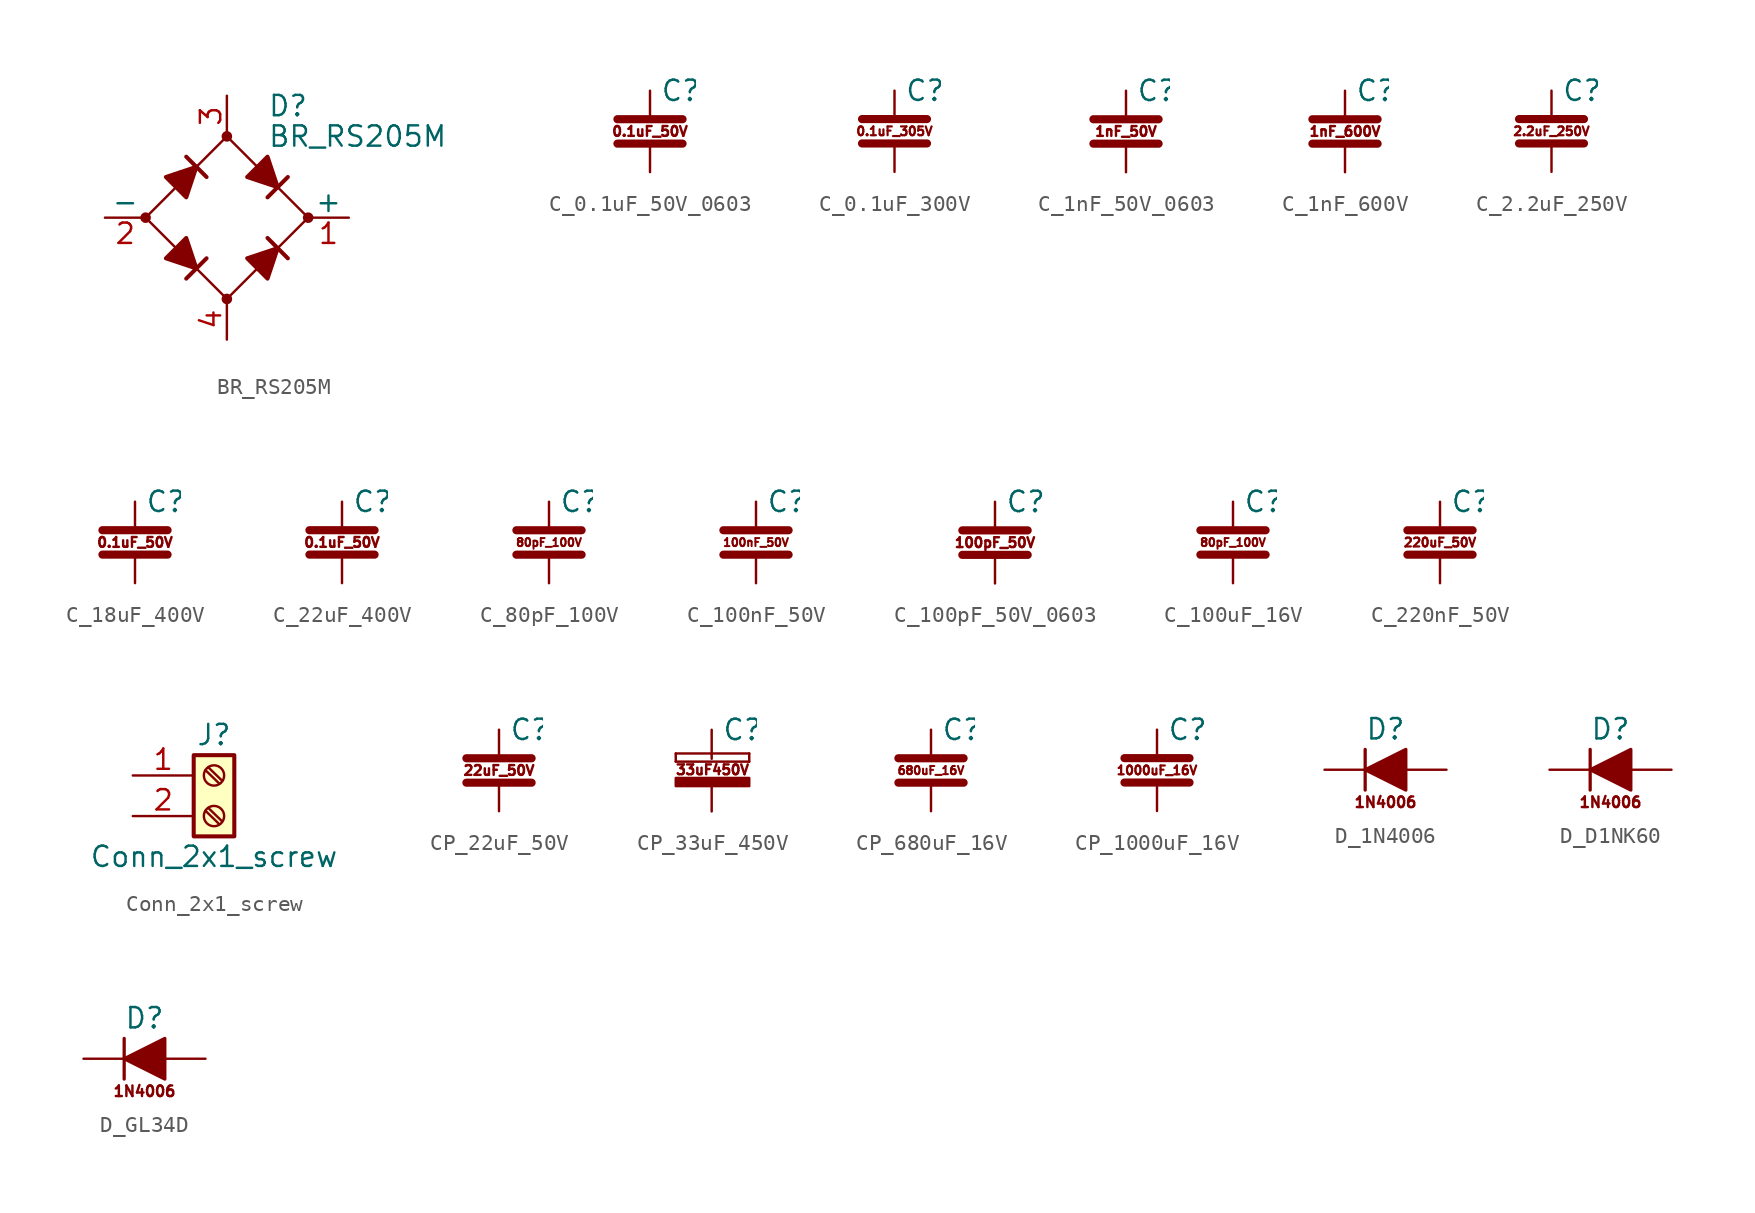
<source format=kicad_sym>
(kicad_symbol_lib
  (version 20201005)
  (generator kicad_symbol_editor)
  (symbol "ATC:BR_RS205M"
    (pin_names
      (offset 0))
    (property "Reference" "D"
      (at 2.54 6.985 0)
      (effects (font (size 1.27 1.27)) (justify left)))
    (property "Value" "BR_RS205M"
      (at 2.54 5.08 0)
      (effects (font (size 1.27 1.27)) (justify left)))
    (symbol "BR_RS205M_0_1"
      (circle (center -5.08 0) (radius 0.254) (stroke (width 0)) (fill (type outline)))
      (circle (center 0 -5.08) (radius 0.254) (stroke (width 0)) (fill (type outline)))
      (circle (center 0 5.08) (radius 0.254) (stroke (width 0)) (fill (type outline)))
      (circle (center 5.08 0) (radius 0.254) (stroke (width 0)) (fill (type outline)))
      (polyline (pts (xy -2.54 3.81) (xy -1.27 2.54)) (stroke (width 0.254)) (fill (type none)))
      (polyline (pts (xy -1.27 -2.54) (xy -2.54 -3.81)) (stroke (width 0.254)) (fill (type none)))
      (polyline (pts (xy 2.54 -1.27) (xy 3.81 -2.54)) (stroke (width 0.254)) (fill (type none)))
      (polyline (pts (xy 2.54 1.27) (xy 3.81 2.54)) (stroke (width 0.254)) (fill (type none)))
      (polyline (pts (xy -3.81 2.54) (xy -2.54 1.27) (xy -1.905 3.175) (xy -3.81 2.54)) (stroke (width 0.254)) (fill (type outline)))
      (polyline (pts (xy -2.54 -1.27) (xy -3.81 -2.54) (xy -1.905 -3.175) (xy -2.54 -1.27)) (stroke (width 0.254)) (fill (type outline)))
      (polyline (pts (xy 1.27 2.54) (xy 2.54 3.81) (xy 3.175 1.905) (xy 1.27 2.54)) (stroke (width 0.254)) (fill (type outline)))
      (polyline (pts (xy 3.175 -1.905) (xy 1.27 -2.54) (xy 2.54 -3.81) (xy 3.175 -1.905)) (stroke (width 0.254)) (fill (type outline)))
      (polyline (pts (xy -5.08 0) (xy 0 -5.08) (xy 5.08 0) (xy 0 5.08) (xy -5.08 0)) (stroke (width 0)) (fill (type none))))
    (symbol "BR_RS205M_1_1"
      (pin passive line (at 7.62 0 180) (length 2.54) (name "+" (effects (font (size 1.27 1.27)))) (number "1" (effects (font (size 1.27 1.27)))))
      (pin passive line (at -7.62 0 0) (length 2.54) (name "-" (effects (font (size 1.27 1.27)))) (number "2" (effects (font (size 1.27 1.27)))))
      (pin passive line (at 0 7.62 270) (length 2.54) (name "~~" (effects (font (size 1.27 1.27)))) (number "3" (effects (font (size 1.27 1.27)))))
      (pin passive line (at 0 -7.62 90) (length 2.54) (name "~~" (effects (font (size 1.27 1.27)))) (number "4" (effects (font (size 1.27 1.27)))))))
  (symbol "ATC:C_0.1uF_50V_0603"
    (pin_numbers hide)
    (pin_names
      (offset 0.254))
    (property "Reference" "C"
      (at 0.635 2.54 0)
      (effects (font (size 1.27 1.27)) (justify left)))
    (symbol "C_0.1uF_50V_0603_0_1"
      (polyline (pts (xy -2.032 -0.762) (xy 2.032 -0.762)) (stroke (width 0.508)) (fill (type none)))
      (polyline (pts (xy -2.032 0.762) (xy 2.032 0.762)) (stroke (width 0.508)) (fill (type none))))
    (symbol "C_0.1uF_50V_0603_1_0"
      (text "0.1uF_50V" (at 0 0 0) (effects (font (size 0.61 0.61)))))
    (symbol "C_0.1uF_50V_0603_1_1"
      (pin passive line (at 0 2.54 270) (length 1.803) (name "~" (effects (font (size 1.27 1.27)))) (number "1" (effects (font (size 1.27 1.27)))))
      (pin passive line (at 0 -2.54 90) (length 1.803) (name "~" (effects (font (size 1.27 1.27)))) (number "2" (effects (font (size 1.27 1.27)))))))
  (symbol "ATC:C_0.1uF_300V"
    (pin_numbers hide)
    (pin_names
      (offset 0.254))
    (property "Reference" "C"
      (at 0.635 2.54 0)
      (effects (font (size 1.27 1.27)) (justify left)))
    (symbol "C_0.1uF_300V_0_1"
      (polyline (pts (xy -2.032 -0.762) (xy 2.032 -0.762)) (stroke (width 0.508)) (fill (type none)))
      (polyline (pts (xy -2.032 0.762) (xy 2.032 0.762)) (stroke (width 0.508)) (fill (type none))))
    (symbol "C_0.1uF_300V_1_0"
      (text "0.1uF_305V" (at 0 0 0) (effects (font (size 0.55 0.55)))))
    (symbol "C_0.1uF_300V_1_1"
      (pin passive line (at 0 2.54 270) (length 1.803) (name "~" (effects (font (size 1.27 1.27)))) (number "1" (effects (font (size 1.27 1.27)))))
      (pin passive line (at 0 -2.54 90) (length 1.803) (name "~" (effects (font (size 1.27 1.27)))) (number "2" (effects (font (size 1.27 1.27)))))))
  (symbol "ATC:C_1nF_50V_0603"
    (pin_numbers hide)
    (pin_names
      (offset 0.254))
    (property "Reference" "C"
      (at 0.635 2.54 0)
      (effects (font (size 1.27 1.27)) (justify left)))
    (symbol "C_1nF_50V_0603_0_1"
      (polyline (pts (xy -2.032 -0.762) (xy 2.032 -0.762)) (stroke (width 0.508)) (fill (type none)))
      (polyline (pts (xy -2.032 0.762) (xy 2.032 0.762)) (stroke (width 0.508)) (fill (type none))))
    (symbol "C_1nF_50V_0603_1_0"
      (text "1nF_50V" (at 0 0 0) (effects (font (size 0.61 0.61)))))
    (symbol "C_1nF_50V_0603_1_1"
      (pin passive line (at 0 2.54 270) (length 1.803) (name "~" (effects (font (size 1.27 1.27)))) (number "1" (effects (font (size 1.27 1.27)))))
      (pin passive line (at 0 -2.54 90) (length 1.803) (name "~" (effects (font (size 1.27 1.27)))) (number "2" (effects (font (size 1.27 1.27)))))))
  (symbol "ATC:C_1nF_600V"
    (pin_numbers hide)
    (pin_names
      (offset 0.254))
    (property "Reference" "C"
      (at 0.635 2.54 0)
      (effects (font (size 1.27 1.27)) (justify left)))
    (symbol "C_1nF_600V_0_1"
      (polyline (pts (xy -2.032 -0.762) (xy 2.032 -0.762)) (stroke (width 0.508)) (fill (type none)))
      (polyline (pts (xy -2.032 0.762) (xy 2.032 0.762)) (stroke (width 0.508)) (fill (type none))))
    (symbol "C_1nF_600V_1_0"
      (text "1nF_600V" (at 0 0 0) (effects (font (size 0.61 0.61)))))
    (symbol "C_1nF_600V_1_1"
      (pin passive line (at 0 2.54 270) (length 1.803) (name "~" (effects (font (size 1.27 1.27)))) (number "1" (effects (font (size 1.27 1.27)))))
      (pin passive line (at 0 -2.54 90) (length 1.803) (name "~" (effects (font (size 1.27 1.27)))) (number "2" (effects (font (size 1.27 1.27)))))))
  (symbol "ATC:C_2.2uF_250V"
    (pin_numbers hide)
    (pin_names
      (offset 0.254))
    (property "Reference" "C"
      (at 0.635 2.54 0)
      (effects (font (size 1.27 1.27)) (justify left)))
    (symbol "C_2.2uF_250V_0_1"
      (polyline (pts (xy -2.032 -0.762) (xy 2.032 -0.762)) (stroke (width 0.508)) (fill (type none)))
      (polyline (pts (xy -2.032 0.762) (xy 2.032 0.762)) (stroke (width 0.508)) (fill (type none))))
    (symbol "C_2.2uF_250V_1_0"
      (text "2.2uF_250V" (at 0 0 0) (effects (font (size 0.55 0.55)))))
    (symbol "C_2.2uF_250V_1_1"
      (pin passive line (at 0 2.54 270) (length 1.803) (name "~" (effects (font (size 1.27 1.27)))) (number "1" (effects (font (size 1.27 1.27)))))
      (pin passive line (at 0 -2.54 90) (length 1.803) (name "~" (effects (font (size 1.27 1.27)))) (number "2" (effects (font (size 1.27 1.27)))))))
  (symbol "ATC:C_18uF_400V"
    (pin_numbers hide)
    (pin_names
      (offset 0.254))
    (property "Reference" "C"
      (at 0.635 2.54 0)
      (effects (font (size 1.27 1.27)) (justify left)))
    (symbol "C_18uF_400V_0_1"
      (polyline (pts (xy -2.032 -0.762) (xy 2.032 -0.762)) (stroke (width 0.508)) (fill (type none)))
      (polyline (pts (xy -2.032 0.762) (xy 2.032 0.762)) (stroke (width 0.508)) (fill (type none))))
    (symbol "C_18uF_400V_1_0"
      (text "0.1uF_50V" (at 0 0 0) (effects (font (size 0.61 0.61)))))
    (symbol "C_18uF_400V_1_1"
      (pin passive line (at 0 2.54 270) (length 1.803) (name "~" (effects (font (size 1.27 1.27)))) (number "1" (effects (font (size 1.27 1.27)))))
      (pin passive line (at 0 -2.54 90) (length 1.803) (name "~" (effects (font (size 1.27 1.27)))) (number "2" (effects (font (size 1.27 1.27)))))))
  (symbol "ATC:C_22uF_400V"
    (pin_numbers hide)
    (pin_names
      (offset 0.254))
    (property "Reference" "C"
      (at 0.635 2.54 0)
      (effects (font (size 1.27 1.27)) (justify left)))
    (symbol "C_22uF_400V_0_1"
      (polyline (pts (xy -2.032 -0.762) (xy 2.032 -0.762)) (stroke (width 0.508)) (fill (type none)))
      (polyline (pts (xy -2.032 0.762) (xy 2.032 0.762)) (stroke (width 0.508)) (fill (type none))))
    (symbol "C_22uF_400V_1_0"
      (text "0.1uF_50V" (at 0 0 0) (effects (font (size 0.61 0.61)))))
    (symbol "C_22uF_400V_1_1"
      (pin passive line (at 0 2.54 270) (length 1.803) (name "~" (effects (font (size 1.27 1.27)))) (number "1" (effects (font (size 1.27 1.27)))))
      (pin passive line (at 0 -2.54 90) (length 1.803) (name "~" (effects (font (size 1.27 1.27)))) (number "2" (effects (font (size 1.27 1.27)))))))
  (symbol "ATC:C_80pF_100V"
    (pin_numbers hide)
    (pin_names
      (offset 0.254))
    (property "Reference" "C"
      (at 0.635 2.54 0)
      (effects (font (size 1.27 1.27)) (justify left)))
    (symbol "C_80pF_100V_0_1"
      (polyline (pts (xy -2.032 -0.762) (xy 2.032 -0.762)) (stroke (width 0.508)) (fill (type none)))
      (polyline (pts (xy -2.032 0.762) (xy 2.032 0.762)) (stroke (width 0.508)) (fill (type none))))
    (symbol "C_80pF_100V_1_0"
      (text "80pF_100V" (at 0 0 0) (effects (font (size 0.5 0.5)))))
    (symbol "C_80pF_100V_1_1"
      (pin passive line (at 0 2.54 270) (length 1.803) (name "~" (effects (font (size 1.27 1.27)))) (number "1" (effects (font (size 1.27 1.27)))))
      (pin passive line (at 0 -2.54 90) (length 1.803) (name "~" (effects (font (size 1.27 1.27)))) (number "2" (effects (font (size 1.27 1.27)))))))
  (symbol "ATC:C_100nF_50V"
    (pin_numbers hide)
    (pin_names
      (offset 0.254))
    (property "Reference" "C"
      (at 0.635 2.54 0)
      (effects (font (size 1.27 1.27)) (justify left)))
    (symbol "C_100nF_50V_0_1"
      (polyline (pts (xy -2.032 -0.762) (xy 2.032 -0.762)) (stroke (width 0.508)) (fill (type none)))
      (polyline (pts (xy -2.032 0.762) (xy 2.032 0.762)) (stroke (width 0.508)) (fill (type none))))
    (symbol "C_100nF_50V_1_0"
      (text "100nF_50V" (at 0 0 0) (effects (font (size 0.5 0.5)))))
    (symbol "C_100nF_50V_1_1"
      (pin passive line (at 0 2.54 270) (length 1.803) (name "~" (effects (font (size 1.27 1.27)))) (number "1" (effects (font (size 1.27 1.27)))))
      (pin passive line (at 0 -2.54 90) (length 1.803) (name "~" (effects (font (size 1.27 1.27)))) (number "2" (effects (font (size 1.27 1.27)))))))
  (symbol "ATC:C_100pF_50V_0603"
    (pin_numbers hide)
    (pin_names
      (offset 0.254))
    (property "Reference" "C"
      (at 0.635 2.54 0)
      (effects (font (size 1.27 1.27)) (justify left)))
    (symbol "C_100pF_50V_0603_0_1"
      (polyline (pts (xy -2.032 -0.762) (xy 2.032 -0.762)) (stroke (width 0.508)) (fill (type none)))
      (polyline (pts (xy -2.032 0.762) (xy 2.032 0.762)) (stroke (width 0.508)) (fill (type none))))
    (symbol "C_100pF_50V_0603_1_0"
      (text "100pF_50V" (at 0 0 0) (effects (font (size 0.61 0.61)))))
    (symbol "C_100pF_50V_0603_1_1"
      (pin passive line (at 0 2.54 270) (length 1.803) (name "~" (effects (font (size 1.27 1.27)))) (number "1" (effects (font (size 1.27 1.27)))))
      (pin passive line (at 0 -2.54 90) (length 1.803) (name "~" (effects (font (size 1.27 1.27)))) (number "2" (effects (font (size 1.27 1.27)))))))
  (symbol "ATC:C_100uF_16V"
    (pin_numbers hide)
    (pin_names
      (offset 0.254))
    (property "Reference" "C"
      (at 0.635 2.54 0)
      (effects (font (size 1.27 1.27)) (justify left)))
    (symbol "C_100uF_16V_0_1"
      (polyline (pts (xy -2.032 -0.762) (xy 2.032 -0.762)) (stroke (width 0.508)) (fill (type none)))
      (polyline (pts (xy -2.032 0.762) (xy 2.032 0.762)) (stroke (width 0.508)) (fill (type none))))
    (symbol "C_100uF_16V_1_0"
      (text "80pF_100V" (at 0 0 0) (effects (font (size 0.5 0.5)))))
    (symbol "C_100uF_16V_1_1"
      (pin passive line (at 0 2.54 270) (length 1.803) (name "~" (effects (font (size 1.27 1.27)))) (number "1" (effects (font (size 1.27 1.27)))))
      (pin passive line (at 0 -2.54 90) (length 1.803) (name "~" (effects (font (size 1.27 1.27)))) (number "2" (effects (font (size 1.27 1.27)))))))
  (symbol "ATC:C_220nF_50V"
    (pin_numbers hide)
    (pin_names
      (offset 0.254))
    (property "Reference" "C"
      (at 0.635 2.54 0)
      (effects (font (size 1.27 1.27)) (justify left)))
    (symbol "C_220nF_50V_0_1"
      (polyline (pts (xy -2.032 -0.762) (xy 2.032 -0.762)) (stroke (width 0.508)) (fill (type none)))
      (polyline (pts (xy -2.032 0.762) (xy 2.032 0.762)) (stroke (width 0.508)) (fill (type none))))
    (symbol "C_220nF_50V_1_0"
      (text "220uF_50V" (at 0 0 0) (effects (font (size 0.55 0.55)))))
    (symbol "C_220nF_50V_1_1"
      (pin passive line (at 0 2.54 270) (length 1.803) (name "~" (effects (font (size 1.27 1.27)))) (number "1" (effects (font (size 1.27 1.27)))))
      (pin passive line (at 0 -2.54 90) (length 1.803) (name "~" (effects (font (size 1.27 1.27)))) (number "2" (effects (font (size 1.27 1.27)))))))
  (symbol "ATC:Conn_2x1_screw"
    (pin_names
      (offset 1.016) hide)
    (property "Reference" "J"
      (at 0 2.54 0)
      (effects (font (size 1.27 1.27))))
    (property "Value" "Conn_2x1_screw"
      (at 0 -5.08 0)
      (effects (font (size 1.27 1.27))))
    (symbol "Conn_2x1_screw_1_1"
      (circle (center 0 -2.54) (radius 0.635) (stroke (width 0.152)) (fill (type none)))
      (circle (center 0 0) (radius 0.635) (stroke (width 0.152)) (fill (type none)))
      (rectangle (start -1.27 1.27) (end 1.27 -3.81) (stroke (width 0.254)) (fill (type background)))
      (polyline (pts (xy -0.533 -2.21) (xy 0.33 -3.048)) (stroke (width 0.152)) (fill (type none)))
      (polyline (pts (xy -0.533 0.33) (xy 0.33 -0.508)) (stroke (width 0.152)) (fill (type none)))
      (polyline (pts (xy -0.356 -2.032) (xy 0.508 -2.87)) (stroke (width 0.152)) (fill (type none)))
      (polyline (pts (xy -0.356 0.508) (xy 0.508 -0.33)) (stroke (width 0.152)) (fill (type none)))
      (pin passive line (at -5.08 0 0) (length 3.81) (name "Pin_1" (effects (font (size 1.27 1.27)))) (number "1" (effects (font (size 1.27 1.27)))))
      (pin passive line (at -5.08 -2.54 0) (length 3.81) (name "Pin_2" (effects (font (size 1.27 1.27)))) (number "2" (effects (font (size 1.27 1.27)))))))
  (symbol "ATC:CP_22uF_50V"
    (pin_numbers hide)
    (pin_names
      (offset 0.254))
    (property "Reference" "C"
      (at 0.635 2.54 0)
      (effects (font (size 1.27 1.27)) (justify left)))
    (symbol "CP_22uF_50V_0_1"
      (polyline (pts (xy -2.032 -0.762) (xy 2.032 -0.762)) (stroke (width 0.508)) (fill (type none)))
      (polyline (pts (xy -2.032 0.762) (xy 2.032 0.762)) (stroke (width 0.508)) (fill (type none))))
    (symbol "CP_22uF_50V_1_0"
      (text "22uF_50V" (at 0 0 0) (effects (font (size 0.61 0.61)))))
    (symbol "CP_22uF_50V_1_1"
      (pin passive line (at 0 2.54 270) (length 1.803) (name "~" (effects (font (size 1.27 1.27)))) (number "1" (effects (font (size 1.27 1.27)))))
      (pin passive line (at 0 -2.54 90) (length 1.803) (name "~" (effects (font (size 1.27 1.27)))) (number "2" (effects (font (size 1.27 1.27)))))))
  (symbol "ATC:CP_33uF_450V"
    (pin_numbers hide)
    (pin_names
      (offset 0.254))
    (property "Reference" "C"
      (at 0.635 2.54 0)
      (effects (font (size 1.27 1.27)) (justify left)))
    (symbol "CP_33uF_450V_0_1"
      (rectangle (start -2.235 0.559) (end -2.235 1.067) (stroke (width 0)) (fill (type none)))
      (rectangle (start -2.235 0.559) (end 2.337 0.559) (stroke (width 0)) (fill (type none)))
      (rectangle (start 2.337 -0.457) (end -2.235 -0.965) (stroke (width 0)) (fill (type outline)))
      (rectangle (start 2.337 1.067) (end -2.235 1.067) (stroke (width 0)) (fill (type none)))
      (rectangle (start 2.337 1.067) (end 2.337 0.559) (stroke (width 0)) (fill (type none))))
    (symbol "CP_33uF_450V_1_0"
      (text "33uF450V" (at 0.051 0.051 0) (effects (font (size 0.61 0.61)))))
    (symbol "CP_33uF_450V_1_1"
      (pin passive line (at 0 2.54 270) (length 1.803) (name "~" (effects (font (size 1.27 1.27)))) (number "1" (effects (font (size 1.27 1.27)))))
      (pin passive line (at 0 -2.54 90) (length 1.803) (name "~" (effects (font (size 1.27 1.27)))) (number "2" (effects (font (size 1.27 1.27)))))))
  (symbol "ATC:CP_680uF_16V"
    (pin_numbers hide)
    (pin_names
      (offset 0.254))
    (property "Reference" "C"
      (at 0.635 2.54 0)
      (effects (font (size 1.27 1.27)) (justify left)))
    (symbol "CP_680uF_16V_0_1"
      (polyline (pts (xy -2.032 -0.762) (xy 2.032 -0.762)) (stroke (width 0.508)) (fill (type none)))
      (polyline (pts (xy -2.032 0.762) (xy 2.032 0.762)) (stroke (width 0.508)) (fill (type none))))
    (symbol "CP_680uF_16V_1_0"
      (text "680uF_16V" (at 0 0 0) (effects (font (size 0.508 0.508)))))
    (symbol "CP_680uF_16V_1_1"
      (pin passive line (at 0 2.54 270) (length 1.803) (name "~" (effects (font (size 1.27 1.27)))) (number "1" (effects (font (size 1.27 1.27)))))
      (pin passive line (at 0 -2.54 90) (length 1.803) (name "~" (effects (font (size 1.27 1.27)))) (number "2" (effects (font (size 1.27 1.27)))))))
  (symbol "ATC:CP_1000uF_16V"
    (pin_numbers hide)
    (pin_names
      (offset 0.254))
    (property "Reference" "C"
      (at 0.635 2.54 0)
      (effects (font (size 1.27 1.27)) (justify left)))
    (symbol "CP_1000uF_16V_0_1"
      (polyline (pts (xy -2.032 -0.762) (xy 2.032 -0.762)) (stroke (width 0.508)) (fill (type none)))
      (polyline (pts (xy -2.032 0.762) (xy 2.032 0.762)) (stroke (width 0.508)) (fill (type none))))
    (symbol "CP_1000uF_16V_1_0"
      (text "1000uF_16V" (at 0 0 0) (effects (font (size 0.55 0.55)))))
    (symbol "CP_1000uF_16V_1_1"
      (pin passive line (at 0 2.54 270) (length 1.803) (name "~" (effects (font (size 1.27 1.27)))) (number "1" (effects (font (size 1.27 1.27)))))
      (pin passive line (at 0 -2.54 90) (length 1.803) (name "~" (effects (font (size 1.27 1.27)))) (number "2" (effects (font (size 1.27 1.27)))))))
  (symbol "ATC:D_1N4006"
    (pin_numbers hide)
    (pin_names
      (offset 1.016) hide)
    (property "Reference" "D"
      (at 0 2.54 0)
      (effects (font (size 1.27 1.27))))
    (symbol "D_1N4006_0_0"
      (text "1N4006" (at 0 -2.032 0) (effects (font (size 0.66 0.66)))))
    (symbol "D_1N4006_0_1"
      (polyline (pts (xy -1.27 1.27) (xy -1.27 -1.27)) (stroke (width 0.203)) (fill (type none)))
      (polyline (pts (xy 1.27 0) (xy -1.27 0)) (stroke (width 0)) (fill (type none)))
      (polyline (pts (xy 1.27 1.27) (xy 1.27 -1.27) (xy -1.27 0) (xy 1.27 1.27)) (stroke (width 0.203)) (fill (type outline))))
    (symbol "D_1N4006_1_1"
      (pin passive line (at -3.81 0 0) (length 2.54) (name "K" (effects (font (size 1.27 1.27)))) (number "1" (effects (font (size 1.27 1.27)))))
      (pin passive line (at 3.81 0 180) (length 2.54) (name "A" (effects (font (size 1.27 1.27)))) (number "2" (effects (font (size 1.27 1.27)))))))
  (symbol "ATC:D_D1NK60"
    (pin_numbers hide)
    (pin_names
      (offset 1.016) hide)
    (property "Reference" "D"
      (at 0 2.54 0)
      (effects (font (size 1.27 1.27))))
    (symbol "D_D1NK60_0_0"
      (text "1N4006" (at 0 -2.032 0) (effects (font (size 0.66 0.66)))))
    (symbol "D_D1NK60_0_1"
      (polyline (pts (xy -1.27 1.27) (xy -1.27 -1.27)) (stroke (width 0.203)) (fill (type none)))
      (polyline (pts (xy 1.27 0) (xy -1.27 0)) (stroke (width 0)) (fill (type none)))
      (polyline (pts (xy 1.27 1.27) (xy 1.27 -1.27) (xy -1.27 0) (xy 1.27 1.27)) (stroke (width 0.203)) (fill (type outline))))
    (symbol "D_D1NK60_1_1"
      (pin passive line (at -3.81 0 0) (length 2.54) (name "K" (effects (font (size 1.27 1.27)))) (number "1" (effects (font (size 1.27 1.27)))))
      (pin passive line (at 3.81 0 180) (length 2.54) (name "A" (effects (font (size 1.27 1.27)))) (number "2" (effects (font (size 1.27 1.27)))))))
  (symbol "ATC:D_GL34D"
    (pin_numbers hide)
    (pin_names
      (offset 1.016) hide)
    (property "Reference" "D"
      (at 0 2.54 0)
      (effects (font (size 1.27 1.27))))
    (symbol "D_GL34D_0_0"
      (text "1N4006" (at 0 -2.032 0) (effects (font (size 0.66 0.66)))))
    (symbol "D_GL34D_0_1"
      (polyline (pts (xy -1.27 1.27) (xy -1.27 -1.27)) (stroke (width 0.203)) (fill (type none)))
      (polyline (pts (xy 1.27 0) (xy -1.27 0)) (stroke (width 0)) (fill (type none)))
      (polyline (pts (xy 1.27 1.27) (xy 1.27 -1.27) (xy -1.27 0) (xy 1.27 1.27)) (stroke (width 0.203)) (fill (type outline))))
    (symbol "D_GL34D_1_1"
      (pin passive line (at -3.81 0 0) (length 2.54) (name "K" (effects (font (size 1.27 1.27)))) (number "1" (effects (font (size 1.27 1.27)))))
      (pin passive line (at 3.81 0 180) (length 2.54) (name "A" (effects (font (size 1.27 1.27)))) (number "2" (effects (font (size 1.27 1.27))))))))
</source>
